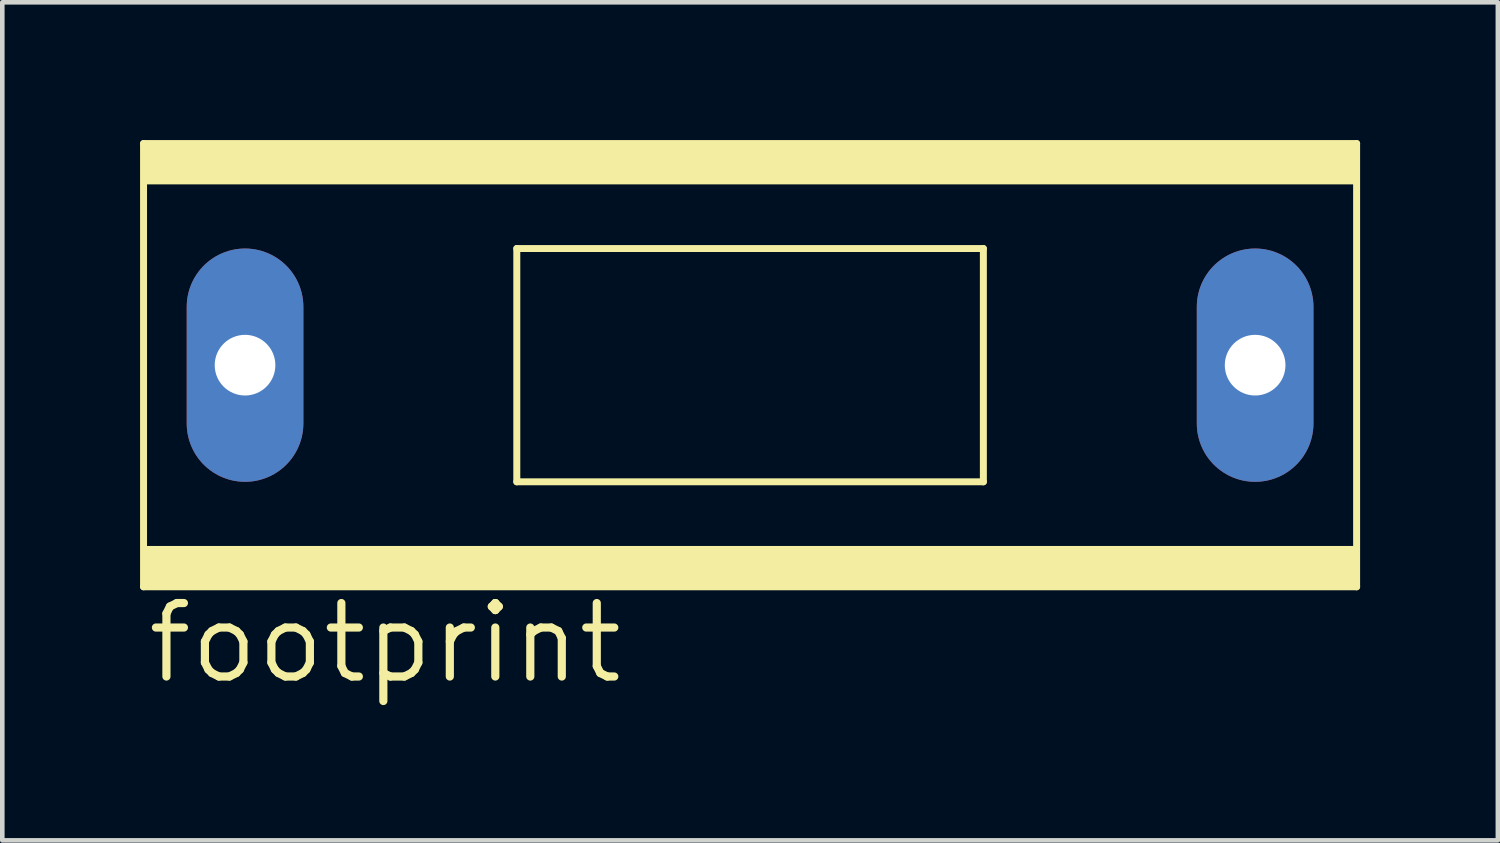
<source format=kicad_pcb>
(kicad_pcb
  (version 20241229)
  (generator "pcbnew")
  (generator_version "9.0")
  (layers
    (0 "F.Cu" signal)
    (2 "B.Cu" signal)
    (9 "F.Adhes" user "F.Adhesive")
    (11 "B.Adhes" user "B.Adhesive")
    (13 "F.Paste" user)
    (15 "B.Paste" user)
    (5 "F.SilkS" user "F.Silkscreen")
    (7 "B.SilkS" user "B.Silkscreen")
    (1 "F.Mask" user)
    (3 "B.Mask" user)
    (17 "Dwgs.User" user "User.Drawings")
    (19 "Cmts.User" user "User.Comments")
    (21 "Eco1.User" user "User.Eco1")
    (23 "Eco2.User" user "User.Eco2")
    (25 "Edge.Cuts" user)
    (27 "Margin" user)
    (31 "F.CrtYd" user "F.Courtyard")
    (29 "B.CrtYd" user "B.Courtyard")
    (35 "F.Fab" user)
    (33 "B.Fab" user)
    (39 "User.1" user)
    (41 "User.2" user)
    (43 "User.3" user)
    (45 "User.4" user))
  (footprint "footprint"
    (layer "F.Cu")
    (at 13.284 4.902)
    (property "Reference" "footprint" (at -13.208 6.985 0) (layer "F.SilkS") (effects (font (size 1.6 1.6) (thickness 0.178)) (justify left bottom)))
    (fp_line (start -13.208 4.826) (end -13.208 -4.826) (stroke (width 0.152) (type solid)) (layer "F.SilkS"))
    (fp_line (start -13.208 4.826) (end 13.208 4.826) (stroke (width 0.152) (type solid)) (layer "F.SilkS"))
    (fp_line (start -5.08 2.54) (end -5.08 -2.54) (stroke (width 0.152) (type solid)) (layer "F.SilkS"))
    (fp_line (start -5.08 2.54) (end 5.08 2.54) (stroke (width 0.152) (type solid)) (layer "F.SilkS"))
    (fp_line (start 5.08 -2.54) (end -5.08 -2.54) (stroke (width 0.152) (type solid)) (layer "F.SilkS"))
    (fp_line (start 5.08 -2.54) (end 5.08 2.54) (stroke (width 0.152) (type solid)) (layer "F.SilkS"))
    (fp_line (start 13.208 -4.826) (end -13.208 -4.826) (stroke (width 0.152) (type solid)) (layer "F.SilkS"))
    (fp_line (start 13.208 -4.826) (end 13.208 4.826) (stroke (width 0.152) (type solid)) (layer "F.SilkS"))
    (fp_poly (pts (xy -13.208 -3.937) (xy 13.208 -3.937) (xy 13.208 -4.826) (xy -13.208 -4.826)) (stroke (width 0) (type solid)) (fill yes) (layer "F.SilkS"))
    (fp_poly (pts (xy -13.208 4.826) (xy 13.208 4.826) (xy 13.208 3.937) (xy -13.208 3.937)) (stroke (width 0) (type solid)) (fill yes) (layer "F.SilkS"))
    (pad "1" thru_hole oval (at -10.998 0 90) (size 5.08 2.54) (drill 1.321) (layers "*.Cu" "*.Mask"))
    (pad "2" thru_hole oval (at 10.998 0 90) (size 5.08 2.54) (drill 1.321) (layers "*.Cu" "*.Mask")))
  (gr_rect
    (start -3 -3)
    (end 29.568 15.25)
    (stroke (width 0.1) (type default))
    (fill no)
    (layer "Edge.Cuts")))
</source>
